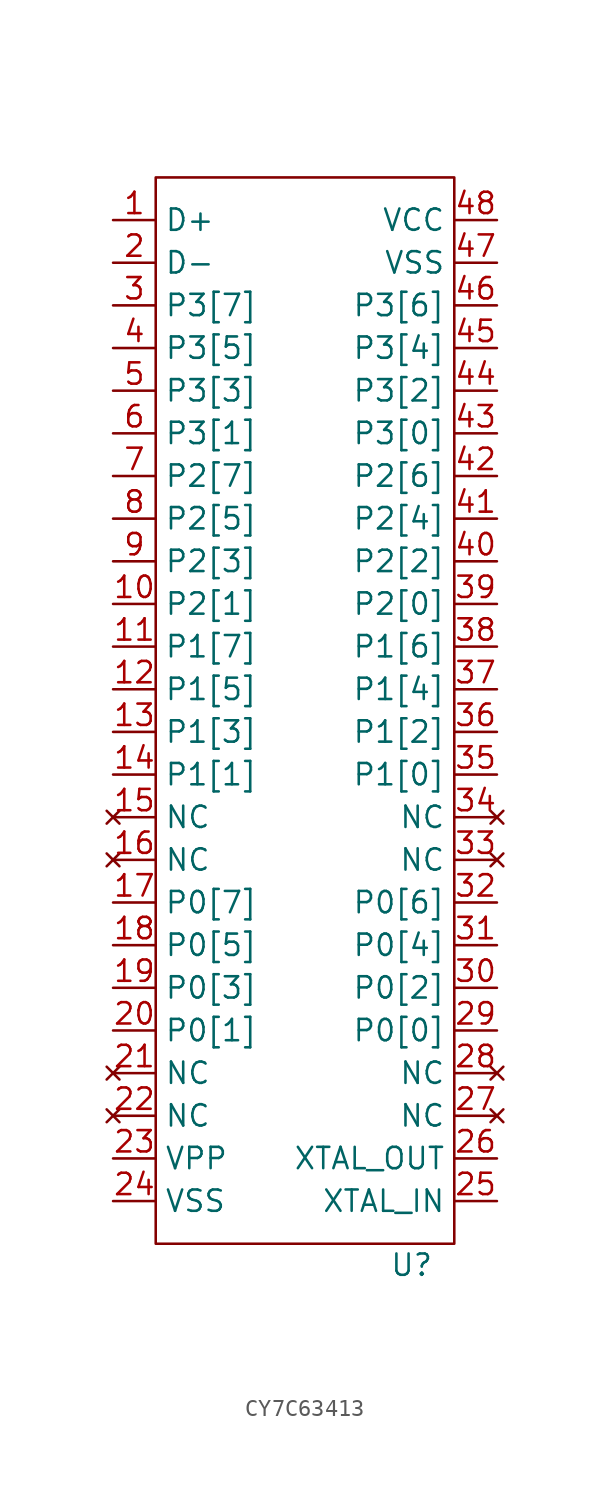
<source format=kicad_sym>
(kicad_symbol_lib
  (version 20220914)
  (generator kicad_symbol_editor)
  (symbol "CY7C63413"
    (property "Reference" "U"
      (at 6.35 -34.29 0)
      (effects (font (size 1.27 1.27))))
    (property "Value" ""
      (at 3.81 -2.54 0)
      (effects (font (size 1.27 1.27))))
    (symbol "CY7C63413_0_1"
      (rectangle (start -8.89 30.48) (end 8.89 -33.02) (stroke (width 0) (type default)) (fill (type none))))
    (symbol "CY7C63413_1_1"
      (pin bidirectional line (at -11.43 27.94 0) (length 2.54) (name "D+" (effects (font (size 1.27 1.27)))) (number "1" (effects (font (size 1.27 1.27)))))
      (pin bidirectional line (at -11.43 5.08 0) (length 2.54) (name "P2[1]" (effects (font (size 1.27 1.27)))) (number "10" (effects (font (size 1.27 1.27)))))
      (pin bidirectional line (at -11.43 2.54 0) (length 2.54) (name "P1[7]" (effects (font (size 1.27 1.27)))) (number "11" (effects (font (size 1.27 1.27)))))
      (pin bidirectional line (at -11.43 0 0) (length 2.54) (name "P1[5]" (effects (font (size 1.27 1.27)))) (number "12" (effects (font (size 1.27 1.27)))))
      (pin bidirectional line (at -11.43 -2.54 0) (length 2.54) (name "P1[3]" (effects (font (size 1.27 1.27)))) (number "13" (effects (font (size 1.27 1.27)))))
      (pin bidirectional line (at -11.43 -5.08 0) (length 2.54) (name "P1[1]" (effects (font (size 1.27 1.27)))) (number "14" (effects (font (size 1.27 1.27)))))
      (pin no_connect line (at -11.43 -7.62 0) (length 2.54) (name "NC" (effects (font (size 1.27 1.27)))) (number "15" (effects (font (size 1.27 1.27)))))
      (pin no_connect line (at -11.43 -10.16 0) (length 2.54) (name "NC" (effects (font (size 1.27 1.27)))) (number "16" (effects (font (size 1.27 1.27)))))
      (pin bidirectional line (at -11.43 -12.7 0) (length 2.54) (name "P0[7]" (effects (font (size 1.27 1.27)))) (number "17" (effects (font (size 1.27 1.27)))))
      (pin bidirectional line (at -11.43 -15.24 0) (length 2.54) (name "P0[5]" (effects (font (size 1.27 1.27)))) (number "18" (effects (font (size 1.27 1.27)))))
      (pin bidirectional line (at -11.43 -17.78 0) (length 2.54) (name "P0[3]" (effects (font (size 1.27 1.27)))) (number "19" (effects (font (size 1.27 1.27)))))
      (pin bidirectional line (at -11.43 25.4 0) (length 2.54) (name "D-" (effects (font (size 1.27 1.27)))) (number "2" (effects (font (size 1.27 1.27)))))
      (pin bidirectional line (at -11.43 -20.32 0) (length 2.54) (name "P0[1]" (effects (font (size 1.27 1.27)))) (number "20" (effects (font (size 1.27 1.27)))))
      (pin no_connect line (at -11.43 -22.86 0) (length 2.54) (name "NC" (effects (font (size 1.27 1.27)))) (number "21" (effects (font (size 1.27 1.27)))))
      (pin no_connect line (at -11.43 -25.4 0) (length 2.54) (name "NC" (effects (font (size 1.27 1.27)))) (number "22" (effects (font (size 1.27 1.27)))))
      (pin power_in line (at -11.43 -27.94 0) (length 2.54) (name "VPP" (effects (font (size 1.27 1.27)))) (number "23" (effects (font (size 1.27 1.27)))))
      (pin power_in line (at -11.43 -30.48 0) (length 2.54) (name "VSS" (effects (font (size 1.27 1.27)))) (number "24" (effects (font (size 1.27 1.27)))))
      (pin input line (at 11.43 -30.48 180) (length 2.54) (name "XTAL_IN" (effects (font (size 1.27 1.27)))) (number "25" (effects (font (size 1.27 1.27)))))
      (pin output line (at 11.43 -27.94 180) (length 2.54) (name "XTAL_OUT" (effects (font (size 1.27 1.27)))) (number "26" (effects (font (size 1.27 1.27)))))
      (pin no_connect line (at 11.43 -25.4 180) (length 2.54) (name "NC" (effects (font (size 1.27 1.27)))) (number "27" (effects (font (size 1.27 1.27)))))
      (pin no_connect line (at 11.43 -22.86 180) (length 2.54) (name "NC" (effects (font (size 1.27 1.27)))) (number "28" (effects (font (size 1.27 1.27)))))
      (pin bidirectional line (at 11.43 -20.32 180) (length 2.54) (name "P0[0]" (effects (font (size 1.27 1.27)))) (number "29" (effects (font (size 1.27 1.27)))))
      (pin bidirectional line (at -11.43 22.86 0) (length 2.54) (name "P3[7]" (effects (font (size 1.27 1.27)))) (number "3" (effects (font (size 1.27 1.27)))))
      (pin bidirectional line (at 11.43 -17.78 180) (length 2.54) (name "P0[2]" (effects (font (size 1.27 1.27)))) (number "30" (effects (font (size 1.27 1.27)))))
      (pin bidirectional line (at 11.43 -15.24 180) (length 2.54) (name "P0[4]" (effects (font (size 1.27 1.27)))) (number "31" (effects (font (size 1.27 1.27)))))
      (pin bidirectional line (at 11.43 -12.7 180) (length 2.54) (name "P0[6]" (effects (font (size 1.27 1.27)))) (number "32" (effects (font (size 1.27 1.27)))))
      (pin no_connect line (at 11.43 -10.16 180) (length 2.54) (name "NC" (effects (font (size 1.27 1.27)))) (number "33" (effects (font (size 1.27 1.27)))))
      (pin no_connect line (at 11.43 -7.62 180) (length 2.54) (name "NC" (effects (font (size 1.27 1.27)))) (number "34" (effects (font (size 1.27 1.27)))))
      (pin bidirectional line (at 11.43 -5.08 180) (length 2.54) (name "P1[0]" (effects (font (size 1.27 1.27)))) (number "35" (effects (font (size 1.27 1.27)))))
      (pin bidirectional line (at 11.43 -2.54 180) (length 2.54) (name "P1[2]" (effects (font (size 1.27 1.27)))) (number "36" (effects (font (size 1.27 1.27)))))
      (pin bidirectional line (at 11.43 0 180) (length 2.54) (name "P1[4]" (effects (font (size 1.27 1.27)))) (number "37" (effects (font (size 1.27 1.27)))))
      (pin bidirectional line (at 11.43 2.54 180) (length 2.54) (name "P1[6]" (effects (font (size 1.27 1.27)))) (number "38" (effects (font (size 1.27 1.27)))))
      (pin bidirectional line (at 11.43 5.08 180) (length 2.54) (name "P2[0]" (effects (font (size 1.27 1.27)))) (number "39" (effects (font (size 1.27 1.27)))))
      (pin bidirectional line (at -11.43 20.32 0) (length 2.54) (name "P3[5]" (effects (font (size 1.27 1.27)))) (number "4" (effects (font (size 1.27 1.27)))))
      (pin bidirectional line (at 11.43 7.62 180) (length 2.54) (name "P2[2]" (effects (font (size 1.27 1.27)))) (number "40" (effects (font (size 1.27 1.27)))))
      (pin bidirectional line (at 11.43 10.16 180) (length 2.54) (name "P2[4]" (effects (font (size 1.27 1.27)))) (number "41" (effects (font (size 1.27 1.27)))))
      (pin bidirectional line (at 11.43 12.7 180) (length 2.54) (name "P2[6]" (effects (font (size 1.27 1.27)))) (number "42" (effects (font (size 1.27 1.27)))))
      (pin bidirectional line (at 11.43 15.24 180) (length 2.54) (name "P3[0]" (effects (font (size 1.27 1.27)))) (number "43" (effects (font (size 1.27 1.27)))))
      (pin bidirectional line (at 11.43 17.78 180) (length 2.54) (name "P3[2]" (effects (font (size 1.27 1.27)))) (number "44" (effects (font (size 1.27 1.27)))))
      (pin bidirectional line (at 11.43 20.32 180) (length 2.54) (name "P3[4]" (effects (font (size 1.27 1.27)))) (number "45" (effects (font (size 1.27 1.27)))))
      (pin bidirectional line (at 11.43 22.86 180) (length 2.54) (name "P3[6]" (effects (font (size 1.27 1.27)))) (number "46" (effects (font (size 1.27 1.27)))))
      (pin power_in line (at 11.43 25.4 180) (length 2.54) (name "VSS" (effects (font (size 1.27 1.27)))) (number "47" (effects (font (size 1.27 1.27)))))
      (pin power_in line (at 11.43 27.94 180) (length 2.54) (name "VCC" (effects (font (size 1.27 1.27)))) (number "48" (effects (font (size 1.27 1.27)))))
      (pin bidirectional line (at -11.43 17.78 0) (length 2.54) (name "P3[3]" (effects (font (size 1.27 1.27)))) (number "5" (effects (font (size 1.27 1.27)))))
      (pin bidirectional line (at -11.43 15.24 0) (length 2.54) (name "P3[1]" (effects (font (size 1.27 1.27)))) (number "6" (effects (font (size 1.27 1.27)))))
      (pin bidirectional line (at -11.43 12.7 0) (length 2.54) (name "P2[7]" (effects (font (size 1.27 1.27)))) (number "7" (effects (font (size 1.27 1.27)))))
      (pin bidirectional line (at -11.43 10.16 0) (length 2.54) (name "P2[5]" (effects (font (size 1.27 1.27)))) (number "8" (effects (font (size 1.27 1.27)))))
      (pin bidirectional line (at -11.43 7.62 0) (length 2.54) (name "P2[3]" (effects (font (size 1.27 1.27)))) (number "9" (effects (font (size 1.27 1.27))))))))
</source>
